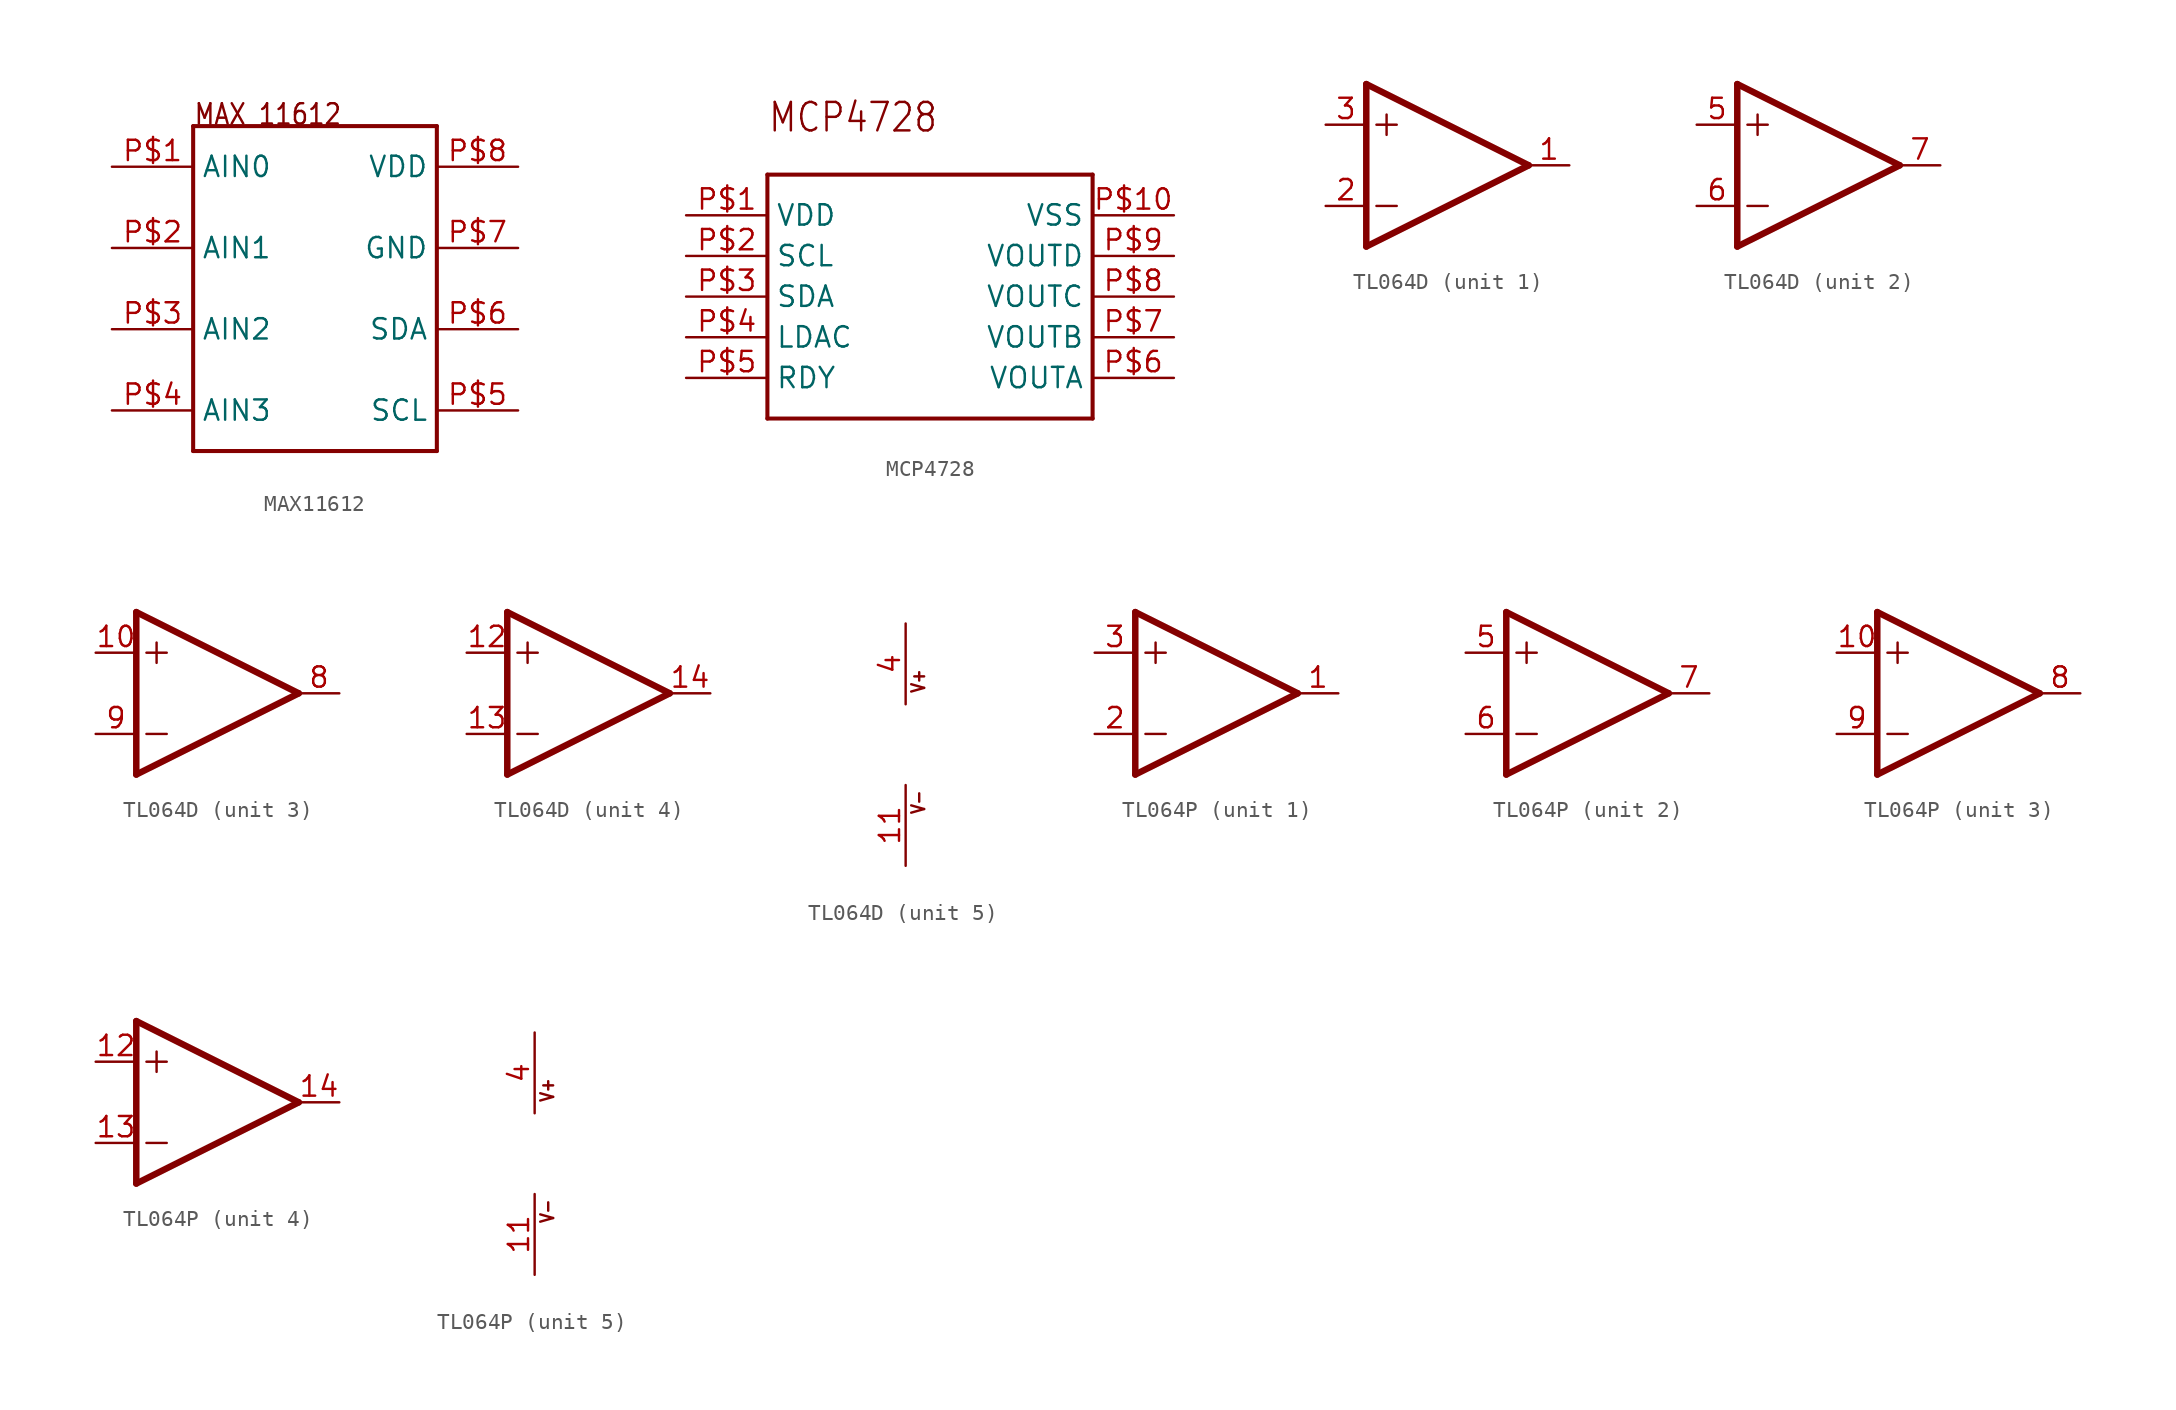
<source format=kicad_sym>
(kicad_symbol_lib
  (version 20220914)
  (generator kicad_symbol_editor)
  (symbol "MAX11612"
    (property "Reference" "U"
      (at 0 0 0)
      (effects (font (size 1.27 1.27)) hide))
    (property "ki_locked" ""
      (at 0 0 0)
      (effects (font (size 1.27 1.27))))
    (symbol "MAX11612_1_0"
      (polyline (pts (xy -7.62 -12.7) (xy 7.62 -12.7)) (stroke (width 0.254) (type solid)) (fill (type none)))
      (polyline (pts (xy -7.62 7.62) (xy -7.62 -12.7)) (stroke (width 0.254) (type solid)) (fill (type none)))
      (polyline (pts (xy 7.62 -12.7) (xy 7.62 7.62)) (stroke (width 0.254) (type solid)) (fill (type none)))
      (polyline (pts (xy 7.62 7.62) (xy -7.62 7.62)) (stroke (width 0.254) (type solid)) (fill (type none)))
      (text "MAX 11612" (at -7.62 7.62 0) (effects (font (size 1.27 1.079)) (justify left bottom)))
      (pin bidirectional line (at -12.7 5.08 0) (length 5.08) (name "AIN0" (effects (font (size 1.27 1.27)))) (number "P$1" (effects (font (size 1.27 1.27)))))
      (pin bidirectional line (at -12.7 0 0) (length 5.08) (name "AIN1" (effects (font (size 1.27 1.27)))) (number "P$2" (effects (font (size 1.27 1.27)))))
      (pin bidirectional line (at -12.7 -5.08 0) (length 5.08) (name "AIN2" (effects (font (size 1.27 1.27)))) (number "P$3" (effects (font (size 1.27 1.27)))))
      (pin bidirectional line (at -12.7 -10.16 0) (length 5.08) (name "AIN3" (effects (font (size 1.27 1.27)))) (number "P$4" (effects (font (size 1.27 1.27)))))
      (pin bidirectional line (at 12.7 -10.16 180) (length 5.08) (name "SCL" (effects (font (size 1.27 1.27)))) (number "P$5" (effects (font (size 1.27 1.27)))))
      (pin bidirectional line (at 12.7 -5.08 180) (length 5.08) (name "SDA" (effects (font (size 1.27 1.27)))) (number "P$6" (effects (font (size 1.27 1.27)))))
      (pin bidirectional line (at 12.7 0 180) (length 5.08) (name "GND" (effects (font (size 1.27 1.27)))) (number "P$7" (effects (font (size 1.27 1.27)))))
      (pin bidirectional line (at 12.7 5.08 180) (length 5.08) (name "VDD" (effects (font (size 1.27 1.27)))) (number "P$8" (effects (font (size 1.27 1.27)))))))
  (symbol "MCP4728"
    (property "Reference" ""
      (at 0 0 0)
      (effects (font (size 1.27 1.27)) hide))
    (property "ki_locked" ""
      (at 0 0 0)
      (effects (font (size 1.27 1.27))))
    (symbol "MCP4728_1_0"
      (polyline (pts (xy -10.16 -7.62) (xy 10.16 -7.62)) (stroke (width 0.254) (type solid)) (fill (type none)))
      (polyline (pts (xy -10.16 7.62) (xy -10.16 -7.62)) (stroke (width 0.254) (type solid)) (fill (type none)))
      (polyline (pts (xy 10.16 -7.62) (xy 10.16 7.62)) (stroke (width 0.254) (type solid)) (fill (type none)))
      (polyline (pts (xy 10.16 7.62) (xy -10.16 7.62)) (stroke (width 0.254) (type solid)) (fill (type none)))
      (text "MCP4728" (at -10.16 10.16 0) (effects (font (size 1.778 1.511)) (justify left bottom)))
      (pin bidirectional line (at -15.24 5.08 0) (length 5.08) (name "VDD" (effects (font (size 1.27 1.27)))) (number "P$1" (effects (font (size 1.27 1.27)))))
      (pin bidirectional line (at 15.24 5.08 180) (length 5.08) (name "VSS" (effects (font (size 1.27 1.27)))) (number "P$10" (effects (font (size 1.27 1.27)))))
      (pin bidirectional line (at -15.24 2.54 0) (length 5.08) (name "SCL" (effects (font (size 1.27 1.27)))) (number "P$2" (effects (font (size 1.27 1.27)))))
      (pin bidirectional line (at -15.24 0 0) (length 5.08) (name "SDA" (effects (font (size 1.27 1.27)))) (number "P$3" (effects (font (size 1.27 1.27)))))
      (pin bidirectional line (at -15.24 -2.54 0) (length 5.08) (name "LDAC" (effects (font (size 1.27 1.27)))) (number "P$4" (effects (font (size 1.27 1.27)))))
      (pin bidirectional line (at -15.24 -5.08 0) (length 5.08) (name "RDY" (effects (font (size 1.27 1.27)))) (number "P$5" (effects (font (size 1.27 1.27)))))
      (pin bidirectional line (at 15.24 -5.08 180) (length 5.08) (name "VOUTA" (effects (font (size 1.27 1.27)))) (number "P$6" (effects (font (size 1.27 1.27)))))
      (pin bidirectional line (at 15.24 -2.54 180) (length 5.08) (name "VOUTB" (effects (font (size 1.27 1.27)))) (number "P$7" (effects (font (size 1.27 1.27)))))
      (pin bidirectional line (at 15.24 0 180) (length 5.08) (name "VOUTC" (effects (font (size 1.27 1.27)))) (number "P$8" (effects (font (size 1.27 1.27)))))
      (pin bidirectional line (at 15.24 2.54 180) (length 5.08) (name "VOUTD" (effects (font (size 1.27 1.27)))) (number "P$9" (effects (font (size 1.27 1.27)))))))
  (symbol "TL064D"
    (property "Reference" "IC"
      (at 2.54 3.175 0)
      (effects (font (size 1.778 1.511)) (justify left bottom) hide))
    (property "ki_locked" ""
      (at 0 0 0)
      (effects (font (size 1.27 1.27))))
    (symbol "TL064D_1_0"
      (polyline (pts (xy -5.08 -5.08) (xy 5.08 0)) (stroke (width 0.406) (type solid)) (fill (type none)))
      (polyline (pts (xy -5.08 5.08) (xy -5.08 -5.08)) (stroke (width 0.406) (type solid)) (fill (type none)))
      (polyline (pts (xy -4.445 -2.54) (xy -3.175 -2.54)) (stroke (width 0.152) (type solid)) (fill (type none)))
      (polyline (pts (xy -4.445 2.54) (xy -3.175 2.54)) (stroke (width 0.152) (type solid)) (fill (type none)))
      (polyline (pts (xy -3.81 3.175) (xy -3.81 1.905)) (stroke (width 0.152) (type solid)) (fill (type none)))
      (polyline (pts (xy 5.08 0) (xy -5.08 5.08)) (stroke (width 0.406) (type solid)) (fill (type none)))
      (pin output line (at 7.62 0 180) (length 2.54) (name "OUT" (effects (font (size 0 0)))) (number "1" (effects (font (size 1.27 1.27)))))
      (pin input line (at -7.62 -2.54 0) (length 2.54) (name "-IN" (effects (font (size 0 0)))) (number "2" (effects (font (size 1.27 1.27)))))
      (pin input line (at -7.62 2.54 0) (length 2.54) (name "+IN" (effects (font (size 0 0)))) (number "3" (effects (font (size 1.27 1.27))))))
    (symbol "TL064D_2_0"
      (polyline (pts (xy -5.08 -5.08) (xy 5.08 0)) (stroke (width 0.406) (type solid)) (fill (type none)))
      (polyline (pts (xy -5.08 5.08) (xy -5.08 -5.08)) (stroke (width 0.406) (type solid)) (fill (type none)))
      (polyline (pts (xy -4.445 -2.54) (xy -3.175 -2.54)) (stroke (width 0.152) (type solid)) (fill (type none)))
      (polyline (pts (xy -4.445 2.54) (xy -3.175 2.54)) (stroke (width 0.152) (type solid)) (fill (type none)))
      (polyline (pts (xy -3.81 3.175) (xy -3.81 1.905)) (stroke (width 0.152) (type solid)) (fill (type none)))
      (polyline (pts (xy 5.08 0) (xy -5.08 5.08)) (stroke (width 0.406) (type solid)) (fill (type none)))
      (pin input line (at -7.62 2.54 0) (length 2.54) (name "+IN" (effects (font (size 0 0)))) (number "5" (effects (font (size 1.27 1.27)))))
      (pin input line (at -7.62 -2.54 0) (length 2.54) (name "-IN" (effects (font (size 0 0)))) (number "6" (effects (font (size 1.27 1.27)))))
      (pin output line (at 7.62 0 180) (length 2.54) (name "OUT" (effects (font (size 0 0)))) (number "7" (effects (font (size 1.27 1.27))))))
    (symbol "TL064D_3_0"
      (polyline (pts (xy -5.08 -5.08) (xy 5.08 0)) (stroke (width 0.406) (type solid)) (fill (type none)))
      (polyline (pts (xy -5.08 5.08) (xy -5.08 -5.08)) (stroke (width 0.406) (type solid)) (fill (type none)))
      (polyline (pts (xy -4.445 -2.54) (xy -3.175 -2.54)) (stroke (width 0.152) (type solid)) (fill (type none)))
      (polyline (pts (xy -4.445 2.54) (xy -3.175 2.54)) (stroke (width 0.152) (type solid)) (fill (type none)))
      (polyline (pts (xy -3.81 3.175) (xy -3.81 1.905)) (stroke (width 0.152) (type solid)) (fill (type none)))
      (polyline (pts (xy 5.08 0) (xy -5.08 5.08)) (stroke (width 0.406) (type solid)) (fill (type none)))
      (pin input line (at -7.62 2.54 0) (length 2.54) (name "+IN" (effects (font (size 0 0)))) (number "10" (effects (font (size 1.27 1.27)))))
      (pin output line (at 7.62 0 180) (length 2.54) (name "OUT" (effects (font (size 0 0)))) (number "8" (effects (font (size 1.27 1.27)))))
      (pin input line (at -7.62 -2.54 0) (length 2.54) (name "-IN" (effects (font (size 0 0)))) (number "9" (effects (font (size 1.27 1.27))))))
    (symbol "TL064D_4_0"
      (polyline (pts (xy -5.08 -5.08) (xy 5.08 0)) (stroke (width 0.406) (type solid)) (fill (type none)))
      (polyline (pts (xy -5.08 5.08) (xy -5.08 -5.08)) (stroke (width 0.406) (type solid)) (fill (type none)))
      (polyline (pts (xy -4.445 -2.54) (xy -3.175 -2.54)) (stroke (width 0.152) (type solid)) (fill (type none)))
      (polyline (pts (xy -4.445 2.54) (xy -3.175 2.54)) (stroke (width 0.152) (type solid)) (fill (type none)))
      (polyline (pts (xy -3.81 3.175) (xy -3.81 1.905)) (stroke (width 0.152) (type solid)) (fill (type none)))
      (polyline (pts (xy 5.08 0) (xy -5.08 5.08)) (stroke (width 0.406) (type solid)) (fill (type none)))
      (pin input line (at -7.62 2.54 0) (length 2.54) (name "+IN" (effects (font (size 0 0)))) (number "12" (effects (font (size 1.27 1.27)))))
      (pin input line (at -7.62 -2.54 0) (length 2.54) (name "-IN" (effects (font (size 0 0)))) (number "13" (effects (font (size 1.27 1.27)))))
      (pin output line (at 7.62 0 180) (length 2.54) (name "OUT" (effects (font (size 0 0)))) (number "14" (effects (font (size 1.27 1.27))))))
    (symbol "TL064D_5_0"
      (text "V+" (at 1.27 3.175 900) (effects (font (size 0.813 0.691)) (justify left bottom)))
      (text "V-" (at 1.27 -4.445 900) (effects (font (size 0.813 0.691)) (justify left bottom)))
      (pin power_in line (at 0 -7.62 90) (length 5.08) (name "V-" (effects (font (size 0 0)))) (number "11" (effects (font (size 1.27 1.27)))))
      (pin power_in line (at 0 7.62 270) (length 5.08) (name "V+" (effects (font (size 0 0)))) (number "4" (effects (font (size 1.27 1.27)))))))
  (symbol "TL064P"
    (property "Reference" "IC"
      (at 2.54 3.175 0)
      (effects (font (size 1.778 1.511)) (justify left bottom) hide))
    (property "ki_locked" ""
      (at 0 0 0)
      (effects (font (size 1.27 1.27))))
    (symbol "TL064P_1_0"
      (polyline (pts (xy -5.08 -5.08) (xy 5.08 0)) (stroke (width 0.406) (type solid)) (fill (type none)))
      (polyline (pts (xy -5.08 5.08) (xy -5.08 -5.08)) (stroke (width 0.406) (type solid)) (fill (type none)))
      (polyline (pts (xy -4.445 -2.54) (xy -3.175 -2.54)) (stroke (width 0.152) (type solid)) (fill (type none)))
      (polyline (pts (xy -4.445 2.54) (xy -3.175 2.54)) (stroke (width 0.152) (type solid)) (fill (type none)))
      (polyline (pts (xy -3.81 3.175) (xy -3.81 1.905)) (stroke (width 0.152) (type solid)) (fill (type none)))
      (polyline (pts (xy 5.08 0) (xy -5.08 5.08)) (stroke (width 0.406) (type solid)) (fill (type none)))
      (pin output line (at 7.62 0 180) (length 2.54) (name "OUT" (effects (font (size 0 0)))) (number "1" (effects (font (size 1.27 1.27)))))
      (pin input line (at -7.62 -2.54 0) (length 2.54) (name "-IN" (effects (font (size 0 0)))) (number "2" (effects (font (size 1.27 1.27)))))
      (pin input line (at -7.62 2.54 0) (length 2.54) (name "+IN" (effects (font (size 0 0)))) (number "3" (effects (font (size 1.27 1.27))))))
    (symbol "TL064P_2_0"
      (polyline (pts (xy -5.08 -5.08) (xy 5.08 0)) (stroke (width 0.406) (type solid)) (fill (type none)))
      (polyline (pts (xy -5.08 5.08) (xy -5.08 -5.08)) (stroke (width 0.406) (type solid)) (fill (type none)))
      (polyline (pts (xy -4.445 -2.54) (xy -3.175 -2.54)) (stroke (width 0.152) (type solid)) (fill (type none)))
      (polyline (pts (xy -4.445 2.54) (xy -3.175 2.54)) (stroke (width 0.152) (type solid)) (fill (type none)))
      (polyline (pts (xy -3.81 3.175) (xy -3.81 1.905)) (stroke (width 0.152) (type solid)) (fill (type none)))
      (polyline (pts (xy 5.08 0) (xy -5.08 5.08)) (stroke (width 0.406) (type solid)) (fill (type none)))
      (pin input line (at -7.62 2.54 0) (length 2.54) (name "+IN" (effects (font (size 0 0)))) (number "5" (effects (font (size 1.27 1.27)))))
      (pin input line (at -7.62 -2.54 0) (length 2.54) (name "-IN" (effects (font (size 0 0)))) (number "6" (effects (font (size 1.27 1.27)))))
      (pin output line (at 7.62 0 180) (length 2.54) (name "OUT" (effects (font (size 0 0)))) (number "7" (effects (font (size 1.27 1.27))))))
    (symbol "TL064P_3_0"
      (polyline (pts (xy -5.08 -5.08) (xy 5.08 0)) (stroke (width 0.406) (type solid)) (fill (type none)))
      (polyline (pts (xy -5.08 5.08) (xy -5.08 -5.08)) (stroke (width 0.406) (type solid)) (fill (type none)))
      (polyline (pts (xy -4.445 -2.54) (xy -3.175 -2.54)) (stroke (width 0.152) (type solid)) (fill (type none)))
      (polyline (pts (xy -4.445 2.54) (xy -3.175 2.54)) (stroke (width 0.152) (type solid)) (fill (type none)))
      (polyline (pts (xy -3.81 3.175) (xy -3.81 1.905)) (stroke (width 0.152) (type solid)) (fill (type none)))
      (polyline (pts (xy 5.08 0) (xy -5.08 5.08)) (stroke (width 0.406) (type solid)) (fill (type none)))
      (pin input line (at -7.62 2.54 0) (length 2.54) (name "+IN" (effects (font (size 0 0)))) (number "10" (effects (font (size 1.27 1.27)))))
      (pin output line (at 7.62 0 180) (length 2.54) (name "OUT" (effects (font (size 0 0)))) (number "8" (effects (font (size 1.27 1.27)))))
      (pin input line (at -7.62 -2.54 0) (length 2.54) (name "-IN" (effects (font (size 0 0)))) (number "9" (effects (font (size 1.27 1.27))))))
    (symbol "TL064P_4_0"
      (polyline (pts (xy -5.08 -5.08) (xy 5.08 0)) (stroke (width 0.406) (type solid)) (fill (type none)))
      (polyline (pts (xy -5.08 5.08) (xy -5.08 -5.08)) (stroke (width 0.406) (type solid)) (fill (type none)))
      (polyline (pts (xy -4.445 -2.54) (xy -3.175 -2.54)) (stroke (width 0.152) (type solid)) (fill (type none)))
      (polyline (pts (xy -4.445 2.54) (xy -3.175 2.54)) (stroke (width 0.152) (type solid)) (fill (type none)))
      (polyline (pts (xy -3.81 3.175) (xy -3.81 1.905)) (stroke (width 0.152) (type solid)) (fill (type none)))
      (polyline (pts (xy 5.08 0) (xy -5.08 5.08)) (stroke (width 0.406) (type solid)) (fill (type none)))
      (pin input line (at -7.62 2.54 0) (length 2.54) (name "+IN" (effects (font (size 0 0)))) (number "12" (effects (font (size 1.27 1.27)))))
      (pin input line (at -7.62 -2.54 0) (length 2.54) (name "-IN" (effects (font (size 0 0)))) (number "13" (effects (font (size 1.27 1.27)))))
      (pin output line (at 7.62 0 180) (length 2.54) (name "OUT" (effects (font (size 0 0)))) (number "14" (effects (font (size 1.27 1.27))))))
    (symbol "TL064P_5_0"
      (text "V+" (at 1.27 3.175 900) (effects (font (size 0.813 0.691)) (justify left bottom)))
      (text "V-" (at 1.27 -4.445 900) (effects (font (size 0.813 0.691)) (justify left bottom)))
      (pin power_in line (at 0 -7.62 90) (length 5.08) (name "V-" (effects (font (size 0 0)))) (number "11" (effects (font (size 1.27 1.27)))))
      (pin power_in line (at 0 7.62 270) (length 5.08) (name "V+" (effects (font (size 0 0)))) (number "4" (effects (font (size 1.27 1.27))))))))
</source>
